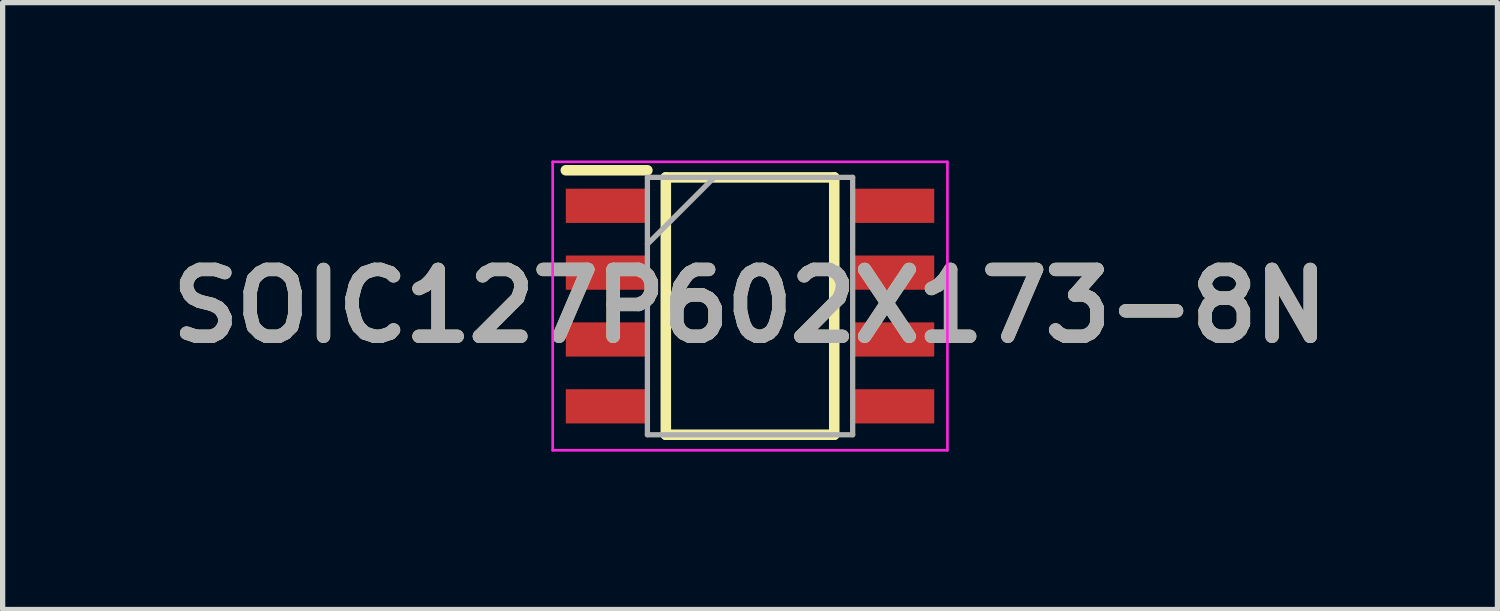
<source format=kicad_pcb>
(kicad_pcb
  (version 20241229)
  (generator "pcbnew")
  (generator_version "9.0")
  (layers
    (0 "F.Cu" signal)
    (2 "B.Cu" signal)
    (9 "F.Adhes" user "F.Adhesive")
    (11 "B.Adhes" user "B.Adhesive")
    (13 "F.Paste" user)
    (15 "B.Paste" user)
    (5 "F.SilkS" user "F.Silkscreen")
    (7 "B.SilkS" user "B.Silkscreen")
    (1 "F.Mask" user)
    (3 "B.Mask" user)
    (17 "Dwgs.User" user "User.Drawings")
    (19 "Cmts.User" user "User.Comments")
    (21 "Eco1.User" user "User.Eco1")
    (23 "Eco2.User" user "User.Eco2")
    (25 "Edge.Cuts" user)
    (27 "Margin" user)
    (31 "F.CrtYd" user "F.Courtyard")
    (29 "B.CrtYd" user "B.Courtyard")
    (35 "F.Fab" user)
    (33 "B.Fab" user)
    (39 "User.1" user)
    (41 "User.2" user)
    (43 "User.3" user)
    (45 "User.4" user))
  (footprint "SOIC127P602X173-8N"
    (layer "F.Cu")
    (at 11.2 2.765)
    (property "Reference" "SOIC127P602X173-8N" (at 0 0 0) (layer "F.SilkS") (effects (font (size 1.27 1.27) (thickness 0.254))))
    (attr smd)
    (fp_line (start -3.5 -2.58) (end -1.95 -2.58) (stroke (width 0.2) (type solid)) (layer "F.SilkS"))
    (fp_line (start -1.6 -2.445) (end 1.6 -2.445) (stroke (width 0.2) (type solid)) (layer "F.SilkS"))
    (fp_line (start -1.6 2.445) (end -1.6 -2.445) (stroke (width 0.2) (type solid)) (layer "F.SilkS"))
    (fp_line (start 1.6 -2.445) (end 1.6 2.445) (stroke (width 0.2) (type solid)) (layer "F.SilkS"))
    (fp_line (start 1.6 2.445) (end -1.6 2.445) (stroke (width 0.2) (type solid)) (layer "F.SilkS"))
    (fp_line (start -3.75 -2.74) (end 3.75 -2.74) (stroke (width 0.05) (type solid)) (layer "F.CrtYd"))
    (fp_line (start -3.75 2.74) (end -3.75 -2.74) (stroke (width 0.05) (type solid)) (layer "F.CrtYd"))
    (fp_line (start 3.75 -2.74) (end 3.75 2.74) (stroke (width 0.05) (type solid)) (layer "F.CrtYd"))
    (fp_line (start 3.75 2.74) (end -3.75 2.74) (stroke (width 0.05) (type solid)) (layer "F.CrtYd"))
    (fp_line (start -1.95 -2.445) (end 1.95 -2.445) (stroke (width 0.1) (type solid)) (layer "F.Fab"))
    (fp_line (start -1.95 -1.175) (end -0.68 -2.445) (stroke (width 0.1) (type solid)) (layer "F.Fab"))
    (fp_line (start -1.95 2.445) (end -1.95 -2.445) (stroke (width 0.1) (type solid)) (layer "F.Fab"))
    (fp_line (start 1.95 -2.445) (end 1.95 2.445) (stroke (width 0.1) (type solid)) (layer "F.Fab"))
    (fp_line (start 1.95 2.445) (end -1.95 2.445) (stroke (width 0.1) (type solid)) (layer "F.Fab"))
    (fp_text user "${REFERENCE}" (at 0 0 0) (layer "F.Fab") (effects (font (size 1.27 1.27) (thickness 0.254))))
    (pad "1" smd rect (at -2.725 -1.905 90) (size 0.65 1.55) (layers "F.Cu" "F.Mask" "F.Paste"))
    (pad "2" smd rect (at -2.725 -0.635 90) (size 0.65 1.55) (layers "F.Cu" "F.Mask" "F.Paste"))
    (pad "3" smd rect (at -2.725 0.635 90) (size 0.65 1.55) (layers "F.Cu" "F.Mask" "F.Paste"))
    (pad "4" smd rect (at -2.725 1.905 90) (size 0.65 1.55) (layers "F.Cu" "F.Mask" "F.Paste"))
    (pad "5" smd rect (at 2.725 1.905 90) (size 0.65 1.55) (layers "F.Cu" "F.Mask" "F.Paste"))
    (pad "6" smd rect (at 2.725 0.635 90) (size 0.65 1.55) (layers "F.Cu" "F.Mask" "F.Paste"))
    (pad "7" smd rect (at 2.725 -0.635 90) (size 0.65 1.55) (layers "F.Cu" "F.Mask" "F.Paste"))
    (pad "8" smd rect (at 2.725 -1.905 90) (size 0.65 1.55) (layers "F.Cu" "F.Mask" "F.Paste")))
  (gr_rect
    (start -3 -3)
    (end 25.4 8.53)
    (stroke (width 0.1) (type default))
    (fill no)
    (layer "Edge.Cuts")))
</source>
